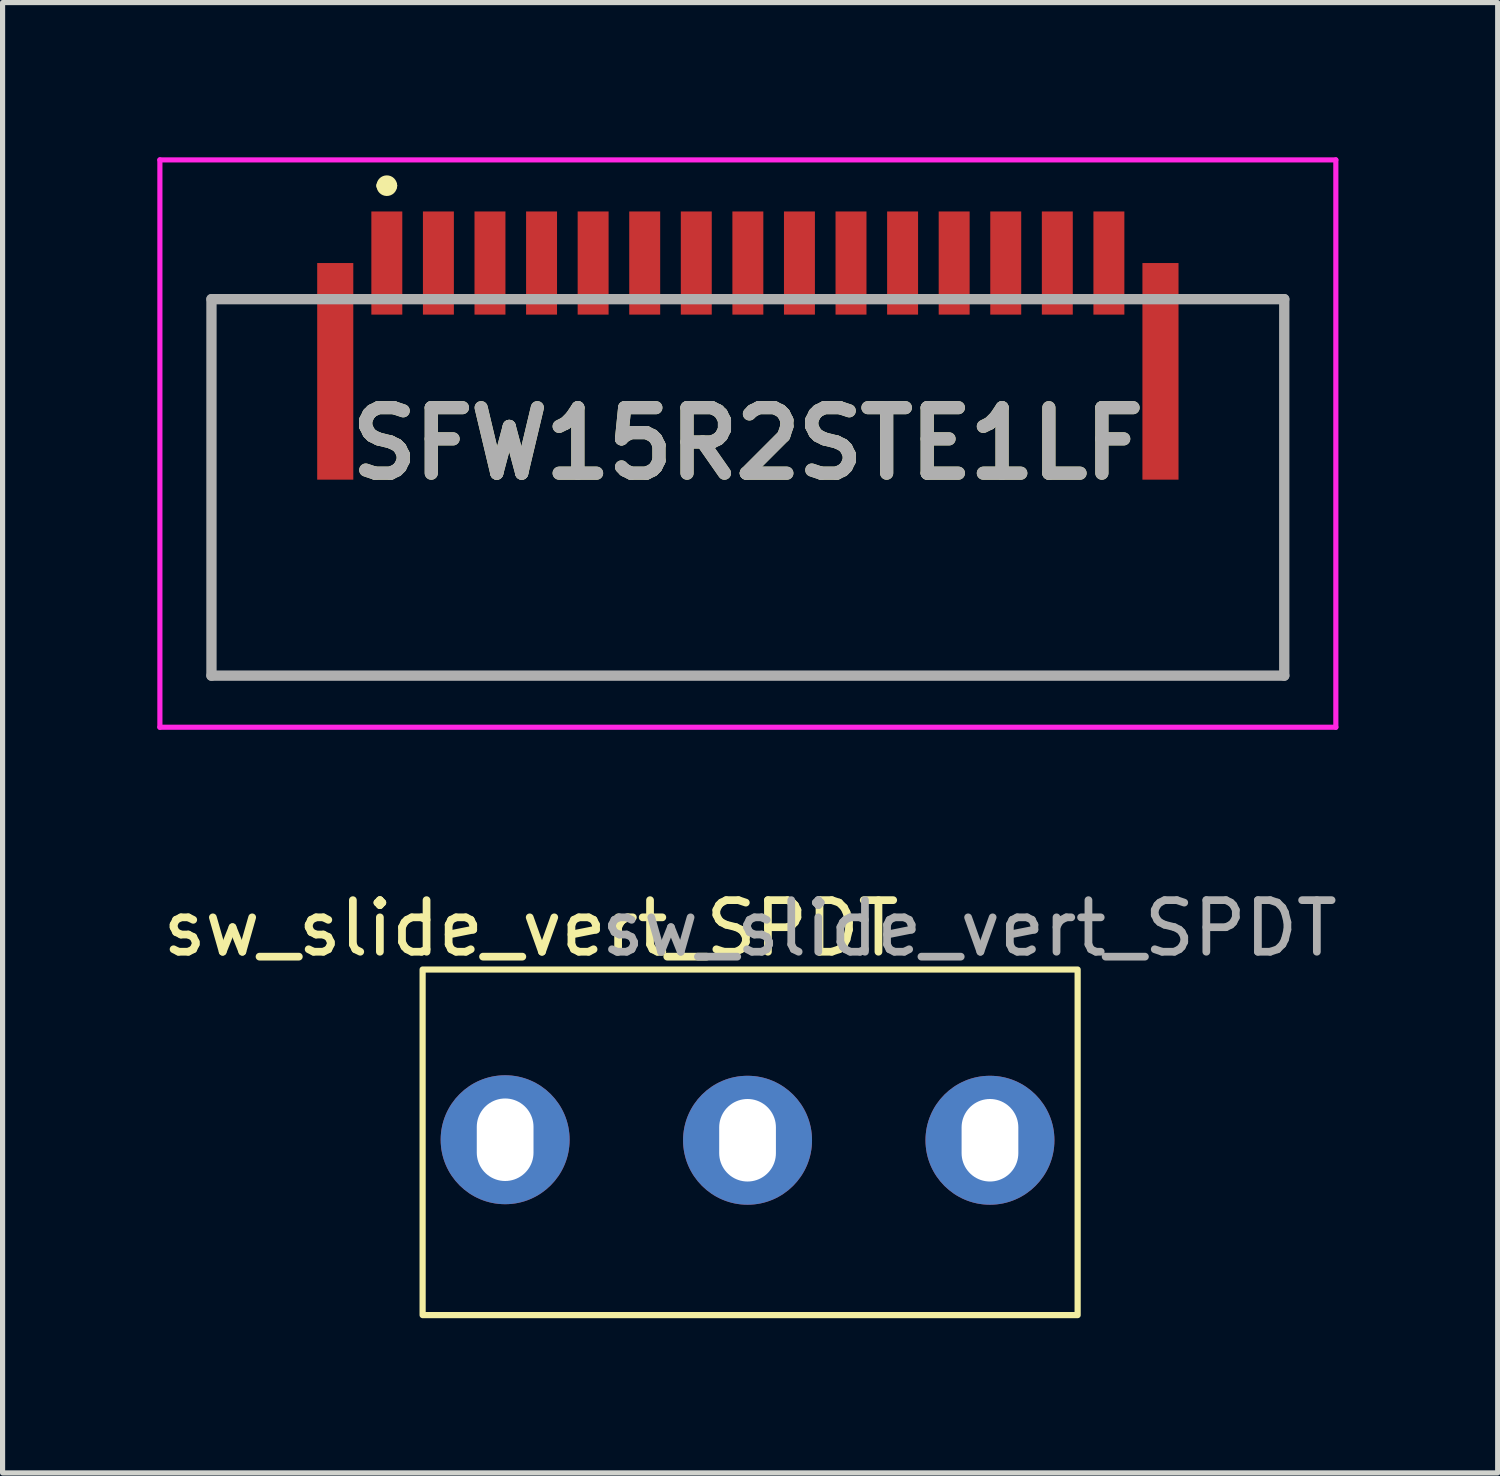
<source format=kicad_pcb>
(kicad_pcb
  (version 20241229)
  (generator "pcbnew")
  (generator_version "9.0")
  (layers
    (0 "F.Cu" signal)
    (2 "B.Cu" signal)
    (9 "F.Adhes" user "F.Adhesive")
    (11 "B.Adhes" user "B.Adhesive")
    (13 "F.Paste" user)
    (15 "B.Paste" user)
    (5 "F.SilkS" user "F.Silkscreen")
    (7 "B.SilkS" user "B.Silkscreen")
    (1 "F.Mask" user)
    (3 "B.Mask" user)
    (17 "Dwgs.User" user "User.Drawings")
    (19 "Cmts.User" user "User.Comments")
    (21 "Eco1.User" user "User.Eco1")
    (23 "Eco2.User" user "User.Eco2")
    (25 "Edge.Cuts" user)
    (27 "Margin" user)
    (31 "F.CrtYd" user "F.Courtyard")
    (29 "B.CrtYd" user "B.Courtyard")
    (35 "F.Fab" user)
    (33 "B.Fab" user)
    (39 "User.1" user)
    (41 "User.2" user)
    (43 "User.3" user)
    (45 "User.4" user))
  (footprint "SFW15R2STE1LF"
    (layer "F.Cu")
    (at 11.45 6.05)
    (property "Reference" "SFW15R2STE1LF" (at 0 -0.5 0) (layer "F.SilkS") (effects (font (size 1.27 1.27) (thickness 0.254))))
    (attr smd)
    (fp_line (start -10.4 -3.3) (end -10.4 4) (stroke (width 0.1) (type solid)) (layer "F.SilkS"))
    (fp_line (start -10.4 4) (end 10.4 4) (stroke (width 0.1) (type solid)) (layer "F.SilkS"))
    (fp_line (start -9 -3.3) (end -10.4 -3.3) (stroke (width 0.1) (type solid)) (layer "F.SilkS"))
    (fp_line (start -7.1 -5.5) (end -7.1 -5.5) (stroke (width 0.2) (type solid)) (layer "F.SilkS"))
    (fp_line (start -6.9 -5.5) (end -6.9 -5.5) (stroke (width 0.2) (type solid)) (layer "F.SilkS"))
    (fp_line (start 10.4 -3.3) (end 9 -3.3) (stroke (width 0.1) (type solid)) (layer "F.SilkS"))
    (fp_line (start 10.4 4) (end 10.4 -3.3) (stroke (width 0.1) (type solid)) (layer "F.SilkS"))
    (fp_arc (start -7.1 -5.5) (mid -7 -5.6) (end -6.9 -5.5) (stroke (width 0.2) (type solid)) (layer "F.SilkS"))
    (fp_arc (start -6.9 -5.5) (mid -7 -5.4) (end -7.1 -5.5) (stroke (width 0.2) (type solid)) (layer "F.SilkS"))
    (fp_line (start -11.4 -6) (end 11.4 -6) (stroke (width 0.1) (type solid)) (layer "F.CrtYd"))
    (fp_line (start -11.4 5) (end -11.4 -6) (stroke (width 0.1) (type solid)) (layer "F.CrtYd"))
    (fp_line (start 11.4 -6) (end 11.4 5) (stroke (width 0.1) (type solid)) (layer "F.CrtYd"))
    (fp_line (start 11.4 5) (end -11.4 5) (stroke (width 0.1) (type solid)) (layer "F.CrtYd"))
    (fp_line (start -10.4 -3.3) (end 10.4 -3.3) (stroke (width 0.2) (type solid)) (layer "F.Fab"))
    (fp_line (start -10.4 4) (end -10.4 -3.3) (stroke (width 0.2) (type solid)) (layer "F.Fab"))
    (fp_line (start 10.4 -3.3) (end 10.4 4) (stroke (width 0.2) (type solid)) (layer "F.Fab"))
    (fp_line (start 10.4 4) (end -10.4 4) (stroke (width 0.2) (type solid)) (layer "F.Fab"))
    (fp_text user "${REFERENCE}" (at 0 -0.5 0) (layer "F.Fab") (effects (font (size 1.27 1.27) (thickness 0.254))))
    (pad "1" smd rect (at -7 -4) (size 0.6 2) (layers "F.Cu" "F.Mask" "F.Paste"))
    (pad "2" smd rect (at -6 -4) (size 0.6 2) (layers "F.Cu" "F.Mask" "F.Paste"))
    (pad "3" smd rect (at -5 -4) (size 0.6 2) (layers "F.Cu" "F.Mask" "F.Paste"))
    (pad "4" smd rect (at -4 -4) (size 0.6 2) (layers "F.Cu" "F.Mask" "F.Paste"))
    (pad "5" smd rect (at -3 -4) (size 0.6 2) (layers "F.Cu" "F.Mask" "F.Paste"))
    (pad "6" smd rect (at -2 -4) (size 0.6 2) (layers "F.Cu" "F.Mask" "F.Paste"))
    (pad "7" smd rect (at -1 -4) (size 0.6 2) (layers "F.Cu" "F.Mask" "F.Paste"))
    (pad "8" smd rect (at 0 -4) (size 0.6 2) (layers "F.Cu" "F.Mask" "F.Paste"))
    (pad "9" smd rect (at 1 -4) (size 0.6 2) (layers "F.Cu" "F.Mask" "F.Paste"))
    (pad "10" smd rect (at 2 -4) (size 0.6 2) (layers "F.Cu" "F.Mask" "F.Paste"))
    (pad "11" smd rect (at 3 -4) (size 0.6 2) (layers "F.Cu" "F.Mask" "F.Paste"))
    (pad "12" smd rect (at 4 -4) (size 0.6 2) (layers "F.Cu" "F.Mask" "F.Paste"))
    (pad "13" smd rect (at 5 -4) (size 0.6 2) (layers "F.Cu" "F.Mask" "F.Paste"))
    (pad "14" smd rect (at 6 -4) (size 0.6 2) (layers "F.Cu" "F.Mask" "F.Paste"))
    (pad "15" smd rect (at 7 -4) (size 0.6 2) (layers "F.Cu" "F.Mask" "F.Paste"))
    (pad "MP1" smd rect (at -8 -1.9) (size 0.7 4.2) (layers "F.Cu" "F.Mask" "F.Paste"))
    (pad "MP2" smd rect (at 8 -1.9) (size 0.7 4.2) (layers "F.Cu" "F.Mask" "F.Paste")))
  (footprint "sw_slide_vert_SPDT"
    (layer "F.Cu")
    (at 6.744 19.048)
    (property "Reference" "sw_slide_vert_SPDT" (at 0.5 -4.1 0) (unlocked yes) (layer "F.SilkS") (effects (font (size 1 1) (thickness 0.15))))
    (attr through_hole)
    (fp_rect (start -1.6 -3.3) (end 11.1 3.4) (stroke (width 0.12) (type solid)) (fill no) (layer "F.SilkS"))
    (fp_text user "${REFERENCE}" (at 9 -4.1 0) (unlocked yes) (layer "F.Fab") (effects (font (size 1 1) (thickness 0.15))))
    (pad "1" thru_hole circle (at 0 0) (size 2.5 2.5) (drill oval 1.1 1.6) (layers "*.Cu" "*.Mask"))
    (pad "2" thru_hole circle (at 4.7 0.01) (size 2.5 2.5) (drill oval 1.1 1.6) (layers "*.Cu" "*.Mask"))
    (pad "3" thru_hole circle (at 9.4 0.01) (size 2.5 2.5) (drill oval 1.1 1.6) (layers "*.Cu" "*.Mask")))
  (gr_rect
    (start -3 -3)
    (end 25.988 25.508)
    (stroke (width 0.1) (type default))
    (fill no)
    (layer "Edge.Cuts")))
</source>
